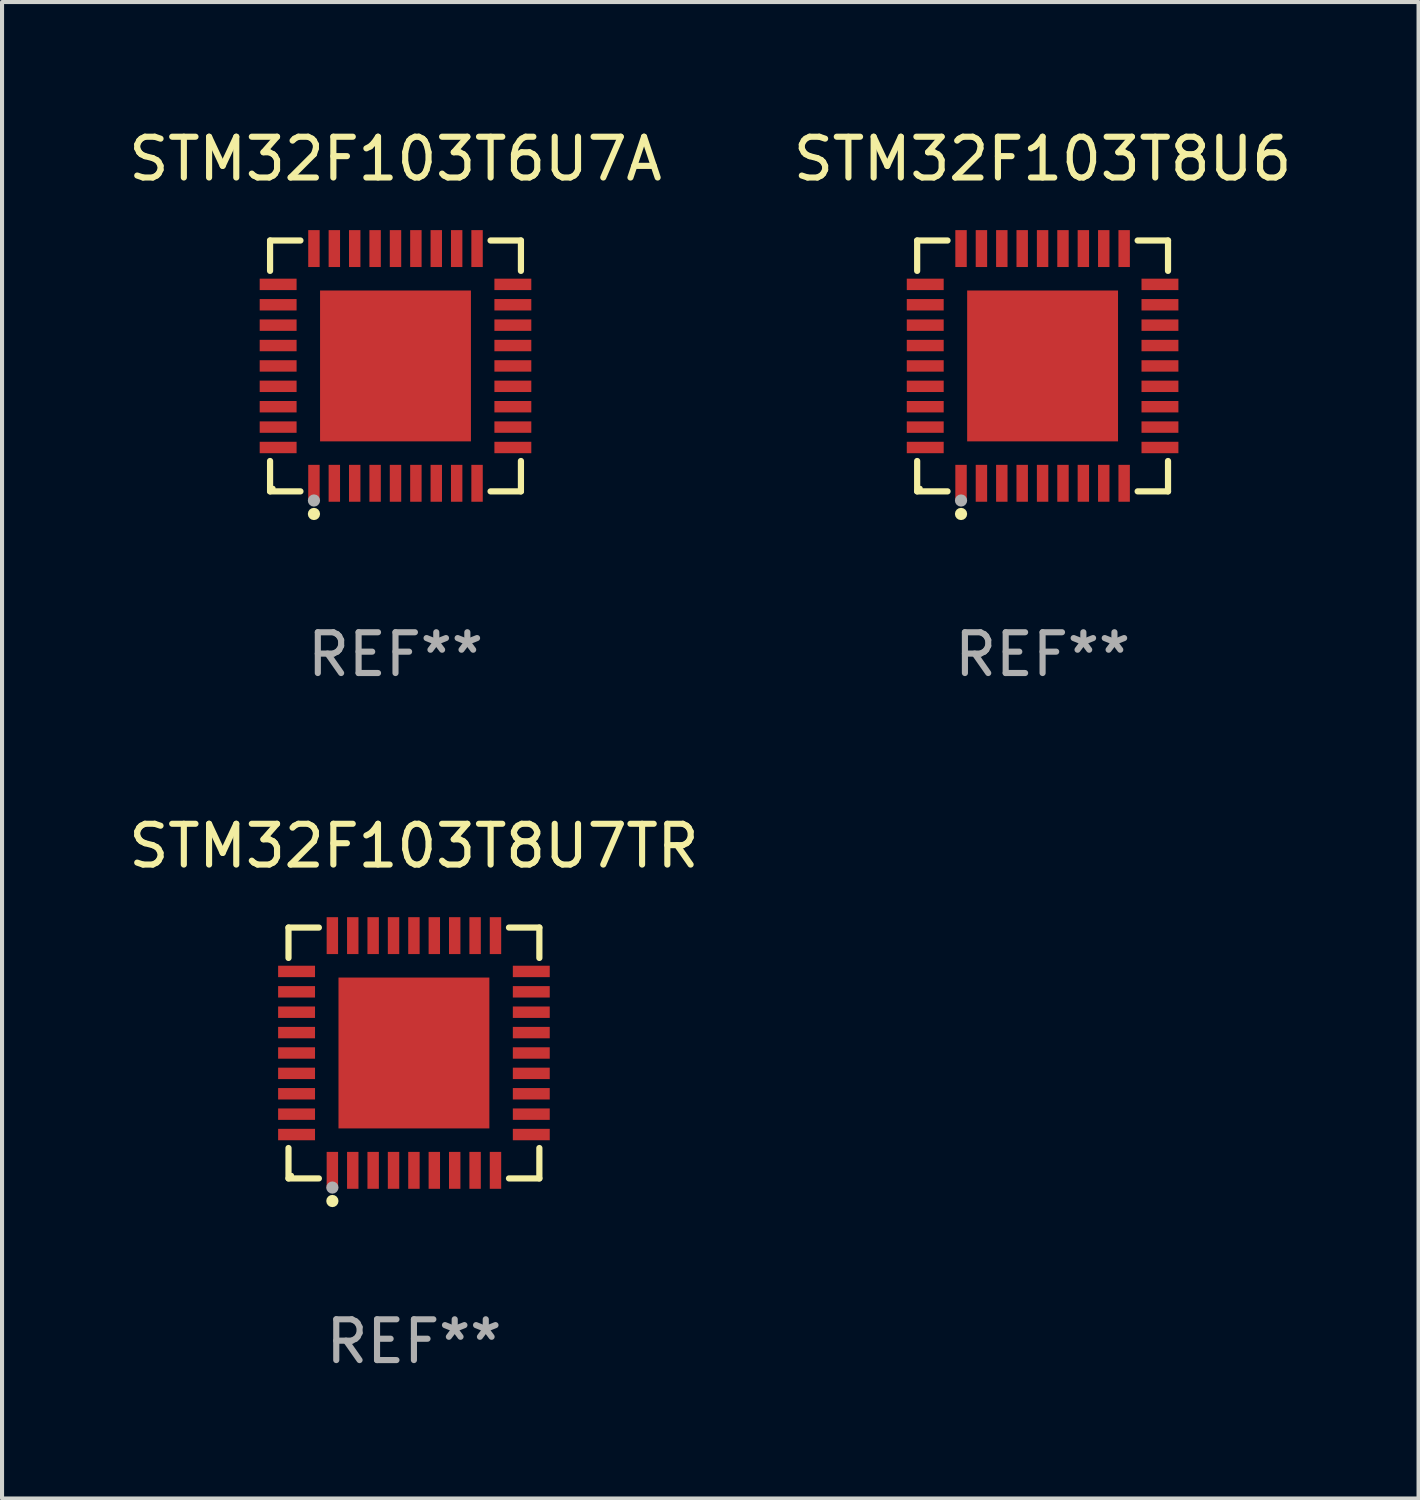
<source format=kicad_pcb>
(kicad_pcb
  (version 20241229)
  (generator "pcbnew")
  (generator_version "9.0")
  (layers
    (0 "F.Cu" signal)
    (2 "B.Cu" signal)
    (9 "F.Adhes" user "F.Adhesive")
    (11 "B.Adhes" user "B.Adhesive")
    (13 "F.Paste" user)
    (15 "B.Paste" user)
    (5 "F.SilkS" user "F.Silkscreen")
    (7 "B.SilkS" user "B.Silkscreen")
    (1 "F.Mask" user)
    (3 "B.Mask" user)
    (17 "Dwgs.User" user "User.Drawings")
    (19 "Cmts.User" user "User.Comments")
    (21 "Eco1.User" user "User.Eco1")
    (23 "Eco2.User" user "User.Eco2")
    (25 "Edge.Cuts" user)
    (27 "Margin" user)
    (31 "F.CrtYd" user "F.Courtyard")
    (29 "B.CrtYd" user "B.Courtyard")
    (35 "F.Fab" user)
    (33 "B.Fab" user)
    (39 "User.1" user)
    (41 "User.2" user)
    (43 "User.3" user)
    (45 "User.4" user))
  (footprint "STM32F103T8U6"
    (layer "F.Cu")
    (at 22.518 5.924)
    (property "Reference" "STM32F103T8U6" (at 0 -5.076 0) (layer "F.SilkS") (effects (font (size 1 1) (thickness 0.15))))
    (attr through_hole)
    (fp_line (start -3.076 -3.076) (end -2.331 -3.076) (stroke (width 0.152) (type solid)) (layer "F.SilkS"))
    (fp_line (start -3.076 -2.331) (end -3.076 -3.076) (stroke (width 0.152) (type solid)) (layer "F.SilkS"))
    (fp_line (start -3.076 2.331) (end -3.076 3.076) (stroke (width 0.152) (type solid)) (layer "F.SilkS"))
    (fp_line (start -3.076 3.076) (end -2.331 3.076) (stroke (width 0.152) (type solid)) (layer "F.SilkS"))
    (fp_line (start 3.076 -3.076) (end 2.331 -3.076) (stroke (width 0.152) (type solid)) (layer "F.SilkS"))
    (fp_line (start 3.076 -2.331) (end 3.076 -3.076) (stroke (width 0.152) (type solid)) (layer "F.SilkS"))
    (fp_line (start 3.076 2.331) (end 3.076 3.076) (stroke (width 0.152) (type solid)) (layer "F.SilkS"))
    (fp_line (start 3.076 3.076) (end 2.331 3.076) (stroke (width 0.152) (type solid)) (layer "F.SilkS"))
    (fp_circle (center -3 3) (end -2.97 3) (stroke (width 0.06) (type solid)) (fill no) (layer "F.SilkS"))
    (fp_circle (center -2 3.63) (end -1.925 3.63) (stroke (width 0.15) (type solid)) (fill no) (layer "F.SilkS"))
    (fp_circle (center -2 3.3) (end -1.925 3.3) (stroke (width 0.15) (type solid)) (fill no) (layer "F.Fab"))
    (fp_text user "REF**" (at 0 7.076 0) (layer "F.Fab") (effects (font (size 1 1) (thickness 0.15))))
    (pad "1" smd rect (at -2 2.878) (size 0.28 0.905) (layers "F.Cu" "F.Mask" "F.Paste"))
    (pad "2" smd rect (at -1.5 2.878) (size 0.28 0.905) (layers "F.Cu" "F.Mask" "F.Paste"))
    (pad "3" smd rect (at -1 2.878) (size 0.28 0.905) (layers "F.Cu" "F.Mask" "F.Paste"))
    (pad "4" smd rect (at -0.5 2.878) (size 0.28 0.905) (layers "F.Cu" "F.Mask" "F.Paste"))
    (pad "5" smd rect (at 0 2.878) (size 0.28 0.905) (layers "F.Cu" "F.Mask" "F.Paste"))
    (pad "6" smd rect (at 0.5 2.878) (size 0.28 0.905) (layers "F.Cu" "F.Mask" "F.Paste"))
    (pad "7" smd rect (at 1 2.878) (size 0.28 0.905) (layers "F.Cu" "F.Mask" "F.Paste"))
    (pad "8" smd rect (at 1.5 2.878) (size 0.28 0.905) (layers "F.Cu" "F.Mask" "F.Paste"))
    (pad "9" smd rect (at 2 2.878) (size 0.28 0.905) (layers "F.Cu" "F.Mask" "F.Paste"))
    (pad "10" smd rect (at 2.878 2) (size 0.905 0.28) (layers "F.Cu" "F.Mask" "F.Paste"))
    (pad "11" smd rect (at 2.878 1.5) (size 0.905 0.28) (layers "F.Cu" "F.Mask" "F.Paste"))
    (pad "12" smd rect (at 2.878 1) (size 0.905 0.28) (layers "F.Cu" "F.Mask" "F.Paste"))
    (pad "13" smd rect (at 2.878 0.5) (size 0.905 0.28) (layers "F.Cu" "F.Mask" "F.Paste"))
    (pad "14" smd rect (at 2.878 0) (size 0.905 0.28) (layers "F.Cu" "F.Mask" "F.Paste"))
    (pad "15" smd rect (at 2.878 -0.5) (size 0.905 0.28) (layers "F.Cu" "F.Mask" "F.Paste"))
    (pad "16" smd rect (at 2.878 -1) (size 0.905 0.28) (layers "F.Cu" "F.Mask" "F.Paste"))
    (pad "17" smd rect (at 2.878 -1.5) (size 0.905 0.28) (layers "F.Cu" "F.Mask" "F.Paste"))
    (pad "18" smd rect (at 2.878 -2) (size 0.905 0.28) (layers "F.Cu" "F.Mask" "F.Paste"))
    (pad "19" smd rect (at 2 -2.878) (size 0.28 0.905) (layers "F.Cu" "F.Mask" "F.Paste"))
    (pad "20" smd rect (at 1.5 -2.878) (size 0.28 0.905) (layers "F.Cu" "F.Mask" "F.Paste"))
    (pad "21" smd rect (at 1 -2.878) (size 0.28 0.905) (layers "F.Cu" "F.Mask" "F.Paste"))
    (pad "22" smd rect (at 0.5 -2.878) (size 0.28 0.905) (layers "F.Cu" "F.Mask" "F.Paste"))
    (pad "23" smd rect (at 0 -2.878) (size 0.28 0.905) (layers "F.Cu" "F.Mask" "F.Paste"))
    (pad "24" smd rect (at -0.5 -2.878) (size 0.28 0.905) (layers "F.Cu" "F.Mask" "F.Paste"))
    (pad "25" smd rect (at -1 -2.878) (size 0.28 0.905) (layers "F.Cu" "F.Mask" "F.Paste"))
    (pad "26" smd rect (at -1.5 -2.878) (size 0.28 0.905) (layers "F.Cu" "F.Mask" "F.Paste"))
    (pad "27" smd rect (at -2 -2.878) (size 0.28 0.905) (layers "F.Cu" "F.Mask" "F.Paste"))
    (pad "28" smd rect (at -2.878 -2) (size 0.905 0.28) (layers "F.Cu" "F.Mask" "F.Paste"))
    (pad "29" smd rect (at -2.878 -1.5) (size 0.905 0.28) (layers "F.Cu" "F.Mask" "F.Paste"))
    (pad "30" smd rect (at -2.878 -1) (size 0.905 0.28) (layers "F.Cu" "F.Mask" "F.Paste"))
    (pad "31" smd rect (at -2.878 -0.5) (size 0.905 0.28) (layers "F.Cu" "F.Mask" "F.Paste"))
    (pad "32" smd rect (at -2.878 0) (size 0.905 0.28) (layers "F.Cu" "F.Mask" "F.Paste"))
    (pad "33" smd rect (at -2.878 0.5) (size 0.905 0.28) (layers "F.Cu" "F.Mask" "F.Paste"))
    (pad "34" smd rect (at -2.878 1) (size 0.905 0.28) (layers "F.Cu" "F.Mask" "F.Paste"))
    (pad "35" smd rect (at -2.878 1.5) (size 0.905 0.28) (layers "F.Cu" "F.Mask" "F.Paste"))
    (pad "36" smd rect (at -2.878 2) (size 0.905 0.28) (layers "F.Cu" "F.Mask" "F.Paste"))
    (pad "37" smd rect (at 0 0) (size 3.7 3.7) (layers "F.Cu" "F.Mask" "F.Paste")))
  (footprint "STM32F103T6U7A"
    (layer "F.Cu")
    (at 6.649 5.924)
    (property "Reference" "STM32F103T6U7A" (at 0 -5.076 0) (layer "F.SilkS") (effects (font (size 1 1) (thickness 0.15))))
    (attr through_hole)
    (fp_line (start -3.076 -3.076) (end -2.331 -3.076) (stroke (width 0.152) (type solid)) (layer "F.SilkS"))
    (fp_line (start -3.076 -2.331) (end -3.076 -3.076) (stroke (width 0.152) (type solid)) (layer "F.SilkS"))
    (fp_line (start -3.076 2.331) (end -3.076 3.076) (stroke (width 0.152) (type solid)) (layer "F.SilkS"))
    (fp_line (start -3.076 3.076) (end -2.331 3.076) (stroke (width 0.152) (type solid)) (layer "F.SilkS"))
    (fp_line (start 3.076 -3.076) (end 2.331 -3.076) (stroke (width 0.152) (type solid)) (layer "F.SilkS"))
    (fp_line (start 3.076 -2.331) (end 3.076 -3.076) (stroke (width 0.152) (type solid)) (layer "F.SilkS"))
    (fp_line (start 3.076 2.331) (end 3.076 3.076) (stroke (width 0.152) (type solid)) (layer "F.SilkS"))
    (fp_line (start 3.076 3.076) (end 2.331 3.076) (stroke (width 0.152) (type solid)) (layer "F.SilkS"))
    (fp_circle (center -3 3) (end -2.97 3) (stroke (width 0.06) (type solid)) (fill no) (layer "F.SilkS"))
    (fp_circle (center -2 3.63) (end -1.925 3.63) (stroke (width 0.15) (type solid)) (fill no) (layer "F.SilkS"))
    (fp_circle (center -2 3.3) (end -1.925 3.3) (stroke (width 0.15) (type solid)) (fill no) (layer "F.Fab"))
    (fp_text user "REF**" (at 0 7.076 0) (layer "F.Fab") (effects (font (size 1 1) (thickness 0.15))))
    (pad "1" smd rect (at -2 2.878) (size 0.28 0.905) (layers "F.Cu" "F.Mask" "F.Paste"))
    (pad "2" smd rect (at -1.5 2.878) (size 0.28 0.905) (layers "F.Cu" "F.Mask" "F.Paste"))
    (pad "3" smd rect (at -1 2.878) (size 0.28 0.905) (layers "F.Cu" "F.Mask" "F.Paste"))
    (pad "4" smd rect (at -0.5 2.878) (size 0.28 0.905) (layers "F.Cu" "F.Mask" "F.Paste"))
    (pad "5" smd rect (at 0 2.878) (size 0.28 0.905) (layers "F.Cu" "F.Mask" "F.Paste"))
    (pad "6" smd rect (at 0.5 2.878) (size 0.28 0.905) (layers "F.Cu" "F.Mask" "F.Paste"))
    (pad "7" smd rect (at 1 2.878) (size 0.28 0.905) (layers "F.Cu" "F.Mask" "F.Paste"))
    (pad "8" smd rect (at 1.5 2.878) (size 0.28 0.905) (layers "F.Cu" "F.Mask" "F.Paste"))
    (pad "9" smd rect (at 2 2.878) (size 0.28 0.905) (layers "F.Cu" "F.Mask" "F.Paste"))
    (pad "10" smd rect (at 2.878 2) (size 0.905 0.28) (layers "F.Cu" "F.Mask" "F.Paste"))
    (pad "11" smd rect (at 2.878 1.5) (size 0.905 0.28) (layers "F.Cu" "F.Mask" "F.Paste"))
    (pad "12" smd rect (at 2.878 1) (size 0.905 0.28) (layers "F.Cu" "F.Mask" "F.Paste"))
    (pad "13" smd rect (at 2.878 0.5) (size 0.905 0.28) (layers "F.Cu" "F.Mask" "F.Paste"))
    (pad "14" smd rect (at 2.878 0) (size 0.905 0.28) (layers "F.Cu" "F.Mask" "F.Paste"))
    (pad "15" smd rect (at 2.878 -0.5) (size 0.905 0.28) (layers "F.Cu" "F.Mask" "F.Paste"))
    (pad "16" smd rect (at 2.878 -1) (size 0.905 0.28) (layers "F.Cu" "F.Mask" "F.Paste"))
    (pad "17" smd rect (at 2.878 -1.5) (size 0.905 0.28) (layers "F.Cu" "F.Mask" "F.Paste"))
    (pad "18" smd rect (at 2.878 -2) (size 0.905 0.28) (layers "F.Cu" "F.Mask" "F.Paste"))
    (pad "19" smd rect (at 2 -2.878) (size 0.28 0.905) (layers "F.Cu" "F.Mask" "F.Paste"))
    (pad "20" smd rect (at 1.5 -2.878) (size 0.28 0.905) (layers "F.Cu" "F.Mask" "F.Paste"))
    (pad "21" smd rect (at 1 -2.878) (size 0.28 0.905) (layers "F.Cu" "F.Mask" "F.Paste"))
    (pad "22" smd rect (at 0.5 -2.878) (size 0.28 0.905) (layers "F.Cu" "F.Mask" "F.Paste"))
    (pad "23" smd rect (at 0 -2.878) (size 0.28 0.905) (layers "F.Cu" "F.Mask" "F.Paste"))
    (pad "24" smd rect (at -0.5 -2.878) (size 0.28 0.905) (layers "F.Cu" "F.Mask" "F.Paste"))
    (pad "25" smd rect (at -1 -2.878) (size 0.28 0.905) (layers "F.Cu" "F.Mask" "F.Paste"))
    (pad "26" smd rect (at -1.5 -2.878) (size 0.28 0.905) (layers "F.Cu" "F.Mask" "F.Paste"))
    (pad "27" smd rect (at -2 -2.878) (size 0.28 0.905) (layers "F.Cu" "F.Mask" "F.Paste"))
    (pad "28" smd rect (at -2.878 -2) (size 0.905 0.28) (layers "F.Cu" "F.Mask" "F.Paste"))
    (pad "29" smd rect (at -2.878 -1.5) (size 0.905 0.28) (layers "F.Cu" "F.Mask" "F.Paste"))
    (pad "30" smd rect (at -2.878 -1) (size 0.905 0.28) (layers "F.Cu" "F.Mask" "F.Paste"))
    (pad "31" smd rect (at -2.878 -0.5) (size 0.905 0.28) (layers "F.Cu" "F.Mask" "F.Paste"))
    (pad "32" smd rect (at -2.878 0) (size 0.905 0.28) (layers "F.Cu" "F.Mask" "F.Paste"))
    (pad "33" smd rect (at -2.878 0.5) (size 0.905 0.28) (layers "F.Cu" "F.Mask" "F.Paste"))
    (pad "34" smd rect (at -2.878 1) (size 0.905 0.28) (layers "F.Cu" "F.Mask" "F.Paste"))
    (pad "35" smd rect (at -2.878 1.5) (size 0.905 0.28) (layers "F.Cu" "F.Mask" "F.Paste"))
    (pad "36" smd rect (at -2.878 2) (size 0.905 0.28) (layers "F.Cu" "F.Mask" "F.Paste"))
    (pad "37" smd rect (at 0 0) (size 3.7 3.7) (layers "F.Cu" "F.Mask" "F.Paste")))
  (footprint "STM32F103T8U7TR"
    (layer "F.Cu")
    (at 7.101 22.773)
    (property "Reference" "STM32F103T8U7TR" (at 0 -5.076 0) (layer "F.SilkS") (effects (font (size 1 1) (thickness 0.15))))
    (attr through_hole)
    (fp_line (start -3.076 -3.076) (end -2.331 -3.076) (stroke (width 0.152) (type solid)) (layer "F.SilkS"))
    (fp_line (start -3.076 -2.331) (end -3.076 -3.076) (stroke (width 0.152) (type solid)) (layer "F.SilkS"))
    (fp_line (start -3.076 2.331) (end -3.076 3.076) (stroke (width 0.152) (type solid)) (layer "F.SilkS"))
    (fp_line (start -3.076 3.076) (end -2.331 3.076) (stroke (width 0.152) (type solid)) (layer "F.SilkS"))
    (fp_line (start 3.076 -3.076) (end 2.331 -3.076) (stroke (width 0.152) (type solid)) (layer "F.SilkS"))
    (fp_line (start 3.076 -2.331) (end 3.076 -3.076) (stroke (width 0.152) (type solid)) (layer "F.SilkS"))
    (fp_line (start 3.076 2.331) (end 3.076 3.076) (stroke (width 0.152) (type solid)) (layer "F.SilkS"))
    (fp_line (start 3.076 3.076) (end 2.331 3.076) (stroke (width 0.152) (type solid)) (layer "F.SilkS"))
    (fp_circle (center -3 3) (end -2.97 3) (stroke (width 0.06) (type solid)) (fill no) (layer "F.SilkS"))
    (fp_circle (center -2 3.63) (end -1.925 3.63) (stroke (width 0.15) (type solid)) (fill no) (layer "F.SilkS"))
    (fp_circle (center -2 3.3) (end -1.925 3.3) (stroke (width 0.15) (type solid)) (fill no) (layer "F.Fab"))
    (fp_text user "REF**" (at 0 7.076 0) (layer "F.Fab") (effects (font (size 1 1) (thickness 0.15))))
    (pad "1" smd rect (at -2 2.878) (size 0.28 0.905) (layers "F.Cu" "F.Mask" "F.Paste"))
    (pad "2" smd rect (at -1.5 2.878) (size 0.28 0.905) (layers "F.Cu" "F.Mask" "F.Paste"))
    (pad "3" smd rect (at -1 2.878) (size 0.28 0.905) (layers "F.Cu" "F.Mask" "F.Paste"))
    (pad "4" smd rect (at -0.5 2.878) (size 0.28 0.905) (layers "F.Cu" "F.Mask" "F.Paste"))
    (pad "5" smd rect (at 0 2.878) (size 0.28 0.905) (layers "F.Cu" "F.Mask" "F.Paste"))
    (pad "6" smd rect (at 0.5 2.878) (size 0.28 0.905) (layers "F.Cu" "F.Mask" "F.Paste"))
    (pad "7" smd rect (at 1 2.878) (size 0.28 0.905) (layers "F.Cu" "F.Mask" "F.Paste"))
    (pad "8" smd rect (at 1.5 2.878) (size 0.28 0.905) (layers "F.Cu" "F.Mask" "F.Paste"))
    (pad "9" smd rect (at 2 2.878) (size 0.28 0.905) (layers "F.Cu" "F.Mask" "F.Paste"))
    (pad "10" smd rect (at 2.878 2) (size 0.905 0.28) (layers "F.Cu" "F.Mask" "F.Paste"))
    (pad "11" smd rect (at 2.878 1.5) (size 0.905 0.28) (layers "F.Cu" "F.Mask" "F.Paste"))
    (pad "12" smd rect (at 2.878 1) (size 0.905 0.28) (layers "F.Cu" "F.Mask" "F.Paste"))
    (pad "13" smd rect (at 2.878 0.5) (size 0.905 0.28) (layers "F.Cu" "F.Mask" "F.Paste"))
    (pad "14" smd rect (at 2.878 0) (size 0.905 0.28) (layers "F.Cu" "F.Mask" "F.Paste"))
    (pad "15" smd rect (at 2.878 -0.5) (size 0.905 0.28) (layers "F.Cu" "F.Mask" "F.Paste"))
    (pad "16" smd rect (at 2.878 -1) (size 0.905 0.28) (layers "F.Cu" "F.Mask" "F.Paste"))
    (pad "17" smd rect (at 2.878 -1.5) (size 0.905 0.28) (layers "F.Cu" "F.Mask" "F.Paste"))
    (pad "18" smd rect (at 2.878 -2) (size 0.905 0.28) (layers "F.Cu" "F.Mask" "F.Paste"))
    (pad "19" smd rect (at 2 -2.878) (size 0.28 0.905) (layers "F.Cu" "F.Mask" "F.Paste"))
    (pad "20" smd rect (at 1.5 -2.878) (size 0.28 0.905) (layers "F.Cu" "F.Mask" "F.Paste"))
    (pad "21" smd rect (at 1 -2.878) (size 0.28 0.905) (layers "F.Cu" "F.Mask" "F.Paste"))
    (pad "22" smd rect (at 0.5 -2.878) (size 0.28 0.905) (layers "F.Cu" "F.Mask" "F.Paste"))
    (pad "23" smd rect (at 0 -2.878) (size 0.28 0.905) (layers "F.Cu" "F.Mask" "F.Paste"))
    (pad "24" smd rect (at -0.5 -2.878) (size 0.28 0.905) (layers "F.Cu" "F.Mask" "F.Paste"))
    (pad "25" smd rect (at -1 -2.878) (size 0.28 0.905) (layers "F.Cu" "F.Mask" "F.Paste"))
    (pad "26" smd rect (at -1.5 -2.878) (size 0.28 0.905) (layers "F.Cu" "F.Mask" "F.Paste"))
    (pad "27" smd rect (at -2 -2.878) (size 0.28 0.905) (layers "F.Cu" "F.Mask" "F.Paste"))
    (pad "28" smd rect (at -2.878 -2) (size 0.905 0.28) (layers "F.Cu" "F.Mask" "F.Paste"))
    (pad "29" smd rect (at -2.878 -1.5) (size 0.905 0.28) (layers "F.Cu" "F.Mask" "F.Paste"))
    (pad "30" smd rect (at -2.878 -1) (size 0.905 0.28) (layers "F.Cu" "F.Mask" "F.Paste"))
    (pad "31" smd rect (at -2.878 -0.5) (size 0.905 0.28) (layers "F.Cu" "F.Mask" "F.Paste"))
    (pad "32" smd rect (at -2.878 0) (size 0.905 0.28) (layers "F.Cu" "F.Mask" "F.Paste"))
    (pad "33" smd rect (at -2.878 0.5) (size 0.905 0.28) (layers "F.Cu" "F.Mask" "F.Paste"))
    (pad "34" smd rect (at -2.878 1) (size 0.905 0.28) (layers "F.Cu" "F.Mask" "F.Paste"))
    (pad "35" smd rect (at -2.878 1.5) (size 0.905 0.28) (layers "F.Cu" "F.Mask" "F.Paste"))
    (pad "36" smd rect (at -2.878 2) (size 0.905 0.28) (layers "F.Cu" "F.Mask" "F.Paste"))
    (pad "37" smd rect (at 0 0) (size 3.7 3.7) (layers "F.Cu" "F.Mask" "F.Paste")))
  (gr_rect
    (start -3 -3)
    (end 31.738 33.698)
    (stroke (width 0.1) (type default))
    (fill no)
    (layer "Edge.Cuts")))
</source>
